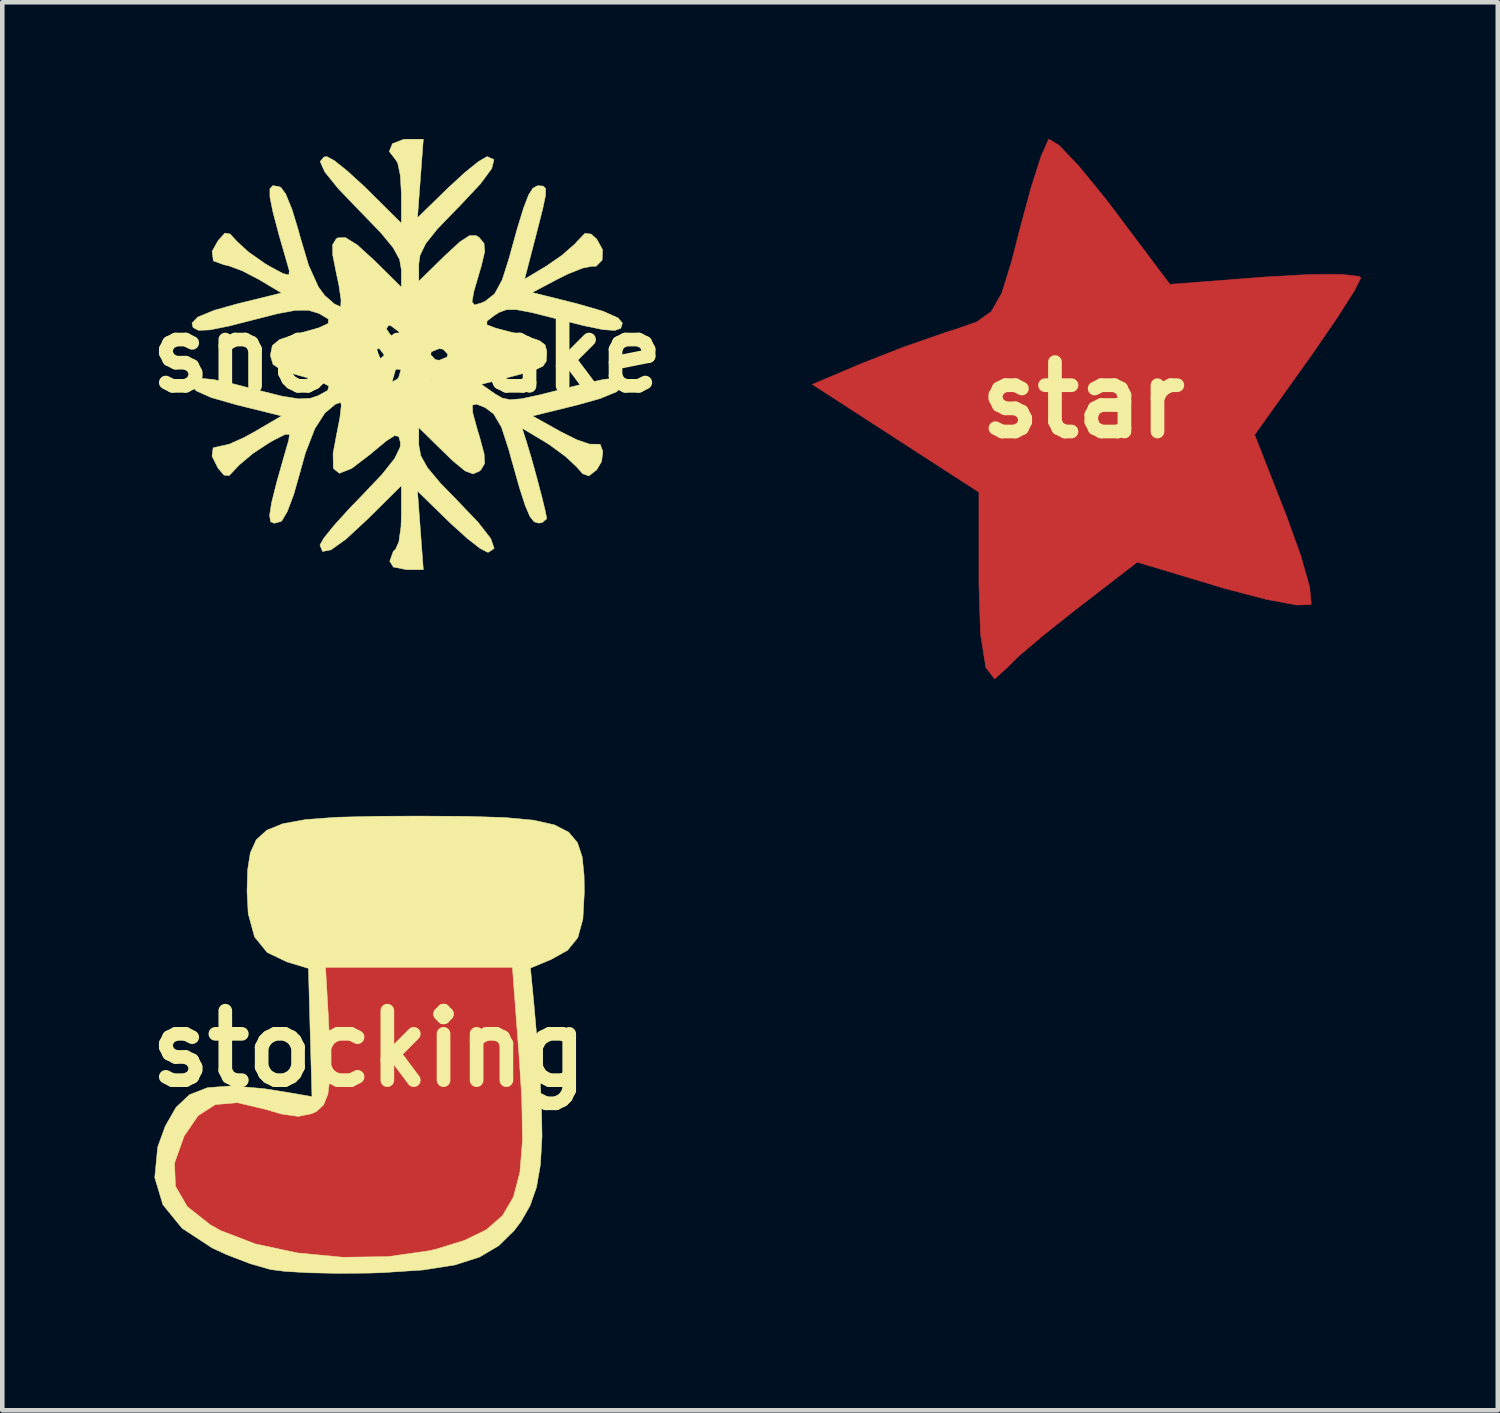
<source format=kicad_pcb>
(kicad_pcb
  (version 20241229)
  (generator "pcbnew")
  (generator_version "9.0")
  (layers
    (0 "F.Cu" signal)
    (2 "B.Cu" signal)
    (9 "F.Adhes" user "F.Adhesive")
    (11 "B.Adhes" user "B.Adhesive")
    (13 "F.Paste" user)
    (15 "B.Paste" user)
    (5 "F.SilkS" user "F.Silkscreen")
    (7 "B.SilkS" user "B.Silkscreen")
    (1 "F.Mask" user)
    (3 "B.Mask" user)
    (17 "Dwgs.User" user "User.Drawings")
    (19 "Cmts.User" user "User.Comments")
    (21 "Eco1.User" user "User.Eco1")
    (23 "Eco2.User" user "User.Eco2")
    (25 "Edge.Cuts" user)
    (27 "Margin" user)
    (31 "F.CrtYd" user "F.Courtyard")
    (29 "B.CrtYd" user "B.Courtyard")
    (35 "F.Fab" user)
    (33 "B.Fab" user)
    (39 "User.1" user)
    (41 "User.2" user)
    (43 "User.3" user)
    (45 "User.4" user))
  (footprint "stocking"
    (layer "F.Cu")
    (at 5.051 19.965)
    (property "Reference" "stocking" (at 0 0 0) (layer "F.SilkS") (effects (font (size 1.524 1.524) (thickness 0.3))))
    (attr through_hole)
    (fp_poly (pts (xy 3.558 0.032) (xy 3.623 1.059) (xy 3.649 1.87) (xy 3.629 2.501) (xy 3.558 2.99) (xy 3.43 3.372) (xy 3.24 3.684) (xy 2.98 3.964) (xy 2.936 4.006) (xy 2.54 4.303) (xy 2.116 4.538) (xy 1.956 4.599) (xy 1.487 4.693) (xy 0.84 4.759) (xy 0.09 4.794) (xy -0.689 4.798) (xy -1.42 4.77) (xy -2.029 4.708) (xy -2.25 4.667) (xy -2.963 4.471) (xy -3.498 4.233) (xy -3.932 3.91) (xy -4.193 3.64) (xy -4.49 3.21) (xy -4.594 2.788) (xy -4.595 2.727) (xy -4.49 2.113) (xy -4.208 1.534) (xy -3.846 1.135) (xy -3.705 1.029) (xy -3.568 0.96) (xy -3.388 0.928) (xy -3.12 0.932) (xy -2.716 0.972) (xy -2.129 1.045) (xy -1.742 1.095) (xy -1.122 1.177) (xy -1.167 -0.426) (xy -1.184 -1.091) (xy -1.185 -1.545) (xy -1.166 -1.83) (xy -1.12 -1.989) (xy -1.043 -2.066) (xy -0.957 -2.098) (xy -0.746 -2.121) (xy -0.33 -2.142) (xy 0.242 -2.157) (xy 0.918 -2.166) (xy 1.348 -2.168) (xy 3.398 -2.17) (xy 3.558 0.032)) (stroke (width 0.01) (type solid)) (fill yes) (layer "F.Cu"))
    (fp_poly (pts (xy 3.558 0.032) (xy 3.623 1.059) (xy 3.649 1.87) (xy 3.629 2.501) (xy 3.558 2.99) (xy 3.43 3.372) (xy 3.24 3.684) (xy 2.98 3.964) (xy 2.936 4.006) (xy 2.54 4.303) (xy 2.116 4.538) (xy 1.956 4.599) (xy 1.487 4.693) (xy 0.84 4.759) (xy 0.09 4.794) (xy -0.689 4.798) (xy -1.42 4.77) (xy -2.029 4.708) (xy -2.25 4.667) (xy -2.963 4.471) (xy -3.498 4.233) (xy -3.932 3.91) (xy -4.193 3.64) (xy -4.49 3.21) (xy -4.594 2.788) (xy -4.595 2.727) (xy -4.49 2.113) (xy -4.208 1.534) (xy -3.846 1.135) (xy -3.705 1.029) (xy -3.568 0.96) (xy -3.388 0.928) (xy -3.12 0.932) (xy -2.716 0.972) (xy -2.129 1.045) (xy -1.742 1.095) (xy -1.122 1.177) (xy -1.167 -0.426) (xy -1.184 -1.091) (xy -1.185 -1.545) (xy -1.166 -1.83) (xy -1.12 -1.989) (xy -1.043 -2.066) (xy -0.957 -2.098) (xy -0.746 -2.121) (xy -0.33 -2.142) (xy 0.242 -2.157) (xy 0.918 -2.166) (xy 1.348 -2.168) (xy 3.398 -2.17) (xy 3.558 0.032)) (stroke (width 0.01) (type solid)) (fill yes) (layer "F.Mask"))
    (fp_poly (pts (xy 2.146 -5.1) (xy 2.977 -5.074) (xy 3.607 -5.016) (xy 4.065 -4.913) (xy 4.378 -4.753) (xy 4.572 -4.523) (xy 4.676 -4.21) (xy 4.717 -3.803) (xy 4.723 -3.446) (xy 4.691 -2.846) (xy 4.579 -2.437) (xy 4.356 -2.161) (xy 3.994 -1.959) (xy 3.994 -1.959) (xy 3.54 -1.77) (xy 3.616 -0.98) (xy 3.72 0.198) (xy 3.78 1.156) (xy 3.794 1.928) (xy 3.759 2.545) (xy 3.673 3.04) (xy 3.531 3.445) (xy 3.332 3.794) (xy 3.184 3.989) (xy 2.843 4.324) (xy 2.423 4.572) (xy 1.885 4.745) (xy 1.186 4.855) (xy 0.286 4.915) (xy 0 4.924) (xy -0.674 4.93) (xy -1.312 4.917) (xy -1.839 4.887) (xy -2.167 4.845) (xy -2.611 4.717) (xy -3.132 4.517) (xy -3.444 4.373) (xy -4.105 3.94) (xy -4.526 3.424) (xy -4.705 2.829) (xy -4.674 2.508) (xy -4.271 2.508) (xy -4.25 3.019) (xy -3.99 3.466) (xy -3.484 3.865) (xy -3.255 3.992) (xy -2.495 4.284) (xy -1.575 4.481) (xy -0.578 4.576) (xy 0.417 4.562) (xy 1.329 4.432) (xy 1.473 4.397) (xy 2.092 4.206) (xy 2.572 3.972) (xy 2.926 3.664) (xy 3.167 3.253) (xy 3.309 2.707) (xy 3.366 1.996) (xy 3.349 1.089) (xy 3.295 0.223) (xy 3.144 -1.787) (xy 1.093 -1.787) (xy -0.957 -1.787) (xy -0.893 -0.67) (xy -0.858 0.086) (xy -0.86 0.629) (xy -0.905 0.997) (xy -1 1.233) (xy -1.153 1.375) (xy -1.259 1.425) (xy -1.555 1.485) (xy -1.926 1.433) (xy -2.262 1.333) (xy -2.892 1.184) (xy -3.376 1.226) (xy -3.754 1.469) (xy -4.059 1.916) (xy -4.271 2.508) (xy -4.674 2.508) (xy -4.641 2.159) (xy -4.475 1.7) (xy -4.238 1.287) (xy -3.943 1.009) (xy -3.548 0.855) (xy -3.017 0.814) (xy -2.309 0.876) (xy -1.744 0.966) (xy -1.255 1.051) (xy -1.294 -0.356) (xy -1.332 -1.763) (xy -1.801 -1.904) (xy -2.238 -2.113) (xy -2.515 -2.454) (xy -2.654 -2.964) (xy -2.68 -3.45) (xy -2.667 -3.925) (xy -2.608 -4.299) (xy -2.478 -4.585) (xy -2.248 -4.795) (xy -1.893 -4.939) (xy -1.385 -5.031) (xy -0.697 -5.081) (xy 0.197 -5.102) (xy 1.087 -5.106) (xy 2.146 -5.1)) (stroke (width 0.01) (type solid)) (fill yes) (layer "F.SilkS")))
  (footprint "star"
    (layer "F.Cu")
    (at 20.719 5.73)
    (property "Reference" "star" (at 0 0 0) (layer "F.SilkS") (effects (font (size 1.524 1.524) (thickness 0.3))))
    (attr through_hole)
    (fp_poly (pts (xy -0.523 -5.588) (xy -0.087 -5.128) (xy 0.481 -4.433) (xy 0.668 -4.188) (xy 1.905 -2.541) (xy 4 -2.702) (xy 4.958 -2.756) (xy 5.686 -2.759) (xy 6.067 -2.712) (xy 6.096 -2.684) (xy 5.958 -2.406) (xy 5.592 -1.83) (xy 5.07 -1.068) (xy 4.931 -0.871) (xy 3.765 0.762) (xy 4.463 2.542) (xy 4.778 3.416) (xy 4.971 4.099) (xy 5.008 4.465) (xy 4.996 4.487) (xy 4.69 4.498) (xy 4.034 4.377) (xy 3.16 4.149) (xy 3.01 4.105) (xy 1.188 3.557) (xy -0.176 4.609) (xy -0.886 5.173) (xy -1.425 5.631) (xy -1.674 5.879) (xy -1.941 6.12) (xy -2.135 5.869) (xy -2.251 5.137) (xy -2.286 4.059) (xy -2.286 2.022) (xy -4.114 0.839) (xy -5.942 -0.344) (xy -4.874 -0.797) (xy -3.95 -1.16) (xy -3.014 -1.486) (xy -2.836 -1.541) (xy -2.34 -1.713) (xy -2.015 -1.943) (xy -1.783 -2.351) (xy -1.565 -3.056) (xy -1.395 -3.723) (xy -1.149 -4.639) (xy -0.925 -5.342) (xy -0.766 -5.705) (xy -0.746 -5.725) (xy -0.523 -5.588)) (stroke (width 0.01) (type solid)) (fill yes) (layer "F.Cu"))
    (fp_poly (pts (xy -0.523 -5.588) (xy -0.087 -5.128) (xy 0.481 -4.433) (xy 0.668 -4.188) (xy 1.905 -2.541) (xy 4 -2.702) (xy 4.958 -2.756) (xy 5.686 -2.759) (xy 6.067 -2.712) (xy 6.096 -2.684) (xy 5.958 -2.406) (xy 5.592 -1.83) (xy 5.07 -1.068) (xy 4.931 -0.871) (xy 3.765 0.762) (xy 4.463 2.542) (xy 4.778 3.416) (xy 4.971 4.099) (xy 5.008 4.465) (xy 4.996 4.487) (xy 4.69 4.498) (xy 4.034 4.377) (xy 3.16 4.149) (xy 3.01 4.105) (xy 1.188 3.557) (xy -0.176 4.609) (xy -0.886 5.173) (xy -1.425 5.631) (xy -1.674 5.879) (xy -1.941 6.12) (xy -2.135 5.869) (xy -2.251 5.137) (xy -2.286 4.059) (xy -2.286 2.022) (xy -4.114 0.839) (xy -5.942 -0.344) (xy -4.874 -0.797) (xy -3.95 -1.16) (xy -3.014 -1.486) (xy -2.836 -1.541) (xy -2.34 -1.713) (xy -2.015 -1.943) (xy -1.783 -2.351) (xy -1.565 -3.056) (xy -1.395 -3.723) (xy -1.149 -4.639) (xy -0.925 -5.342) (xy -0.766 -5.705) (xy -0.746 -5.725) (xy -0.523 -5.588)) (stroke (width 0.01) (type solid)) (fill yes) (layer "F.Mask")))
  (footprint "snowflake"
    (layer "F.Cu")
    (at 5.886 4.728)
    (property "Reference" "snowflake" (at 0 0 0) (layer "F.SilkS") (effects (font (size 1.524 1.524) (thickness 0.3))))
    (attr through_hole)
    (fp_poly (pts (xy 0.29 -3.861) (xy 0.226 -2.999) (xy 0.915 -3.67) (xy 1.267 -3.993) (xy 1.562 -4.231) (xy 1.745 -4.338) (xy 1.759 -4.34) (xy 1.905 -4.275) (xy 1.855 -4.079) (xy 1.607 -3.743) (xy 1.158 -3.264) (xy 1.085 -3.191) (xy 0.663 -2.754) (xy 0.406 -2.431) (xy 0.282 -2.175) (xy 0.255 -1.987) (xy 0.255 -1.606) (xy 0.824 -2.164) (xy 1.153 -2.468) (xy 1.366 -2.607) (xy 1.516 -2.607) (xy 1.581 -2.565) (xy 1.686 -2.438) (xy 1.701 -2.254) (xy 1.625 -1.934) (xy 1.588 -1.81) (xy 1.463 -1.382) (xy 1.423 -1.154) (xy 1.477 -1.085) (xy 1.631 -1.131) (xy 1.71 -1.166) (xy 1.918 -1.329) (xy 2.086 -1.638) (xy 2.229 -2.089) (xy 2.414 -2.756) (xy 2.554 -3.213) (xy 2.663 -3.498) (xy 2.757 -3.647) (xy 2.852 -3.699) (xy 2.882 -3.702) (xy 2.987 -3.694) (xy 3.039 -3.639) (xy 3.036 -3.49) (xy 2.975 -3.198) (xy 2.853 -2.718) (xy 2.818 -2.582) (xy 2.577 -1.653) (xy 3.043 -1.932) (xy 3.397 -2.176) (xy 3.684 -2.428) (xy 3.727 -2.477) (xy 3.901 -2.657) (xy 4.036 -2.642) (xy 4.16 -2.531) (xy 4.288 -2.299) (xy 4.278 -2.069) (xy 4.148 -1.936) (xy 4.054 -1.934) (xy 3.855 -1.896) (xy 3.526 -1.765) (xy 3.319 -1.662) (xy 2.744 -1.359) (xy 3.733 -1.112) (xy 4.294 -0.95) (xy 4.628 -0.801) (xy 4.723 -0.688) (xy 4.688 -0.574) (xy 4.559 -0.526) (xy 4.298 -0.544) (xy 3.868 -0.633) (xy 3.26 -0.786) (xy 2.74 -0.918) (xy 2.402 -0.982) (xy 2.182 -0.983) (xy 2.018 -0.923) (xy 1.918 -0.859) (xy 1.752 -0.732) (xy 1.748 -0.652) (xy 1.937 -0.579) (xy 2.186 -0.513) (xy 2.643 -0.392) (xy 2.905 -0.301) (xy 3.026 -0.209) (xy 3.061 -0.083) (xy 3.063 0) (xy 3.051 0.153) (xy 2.979 0.258) (xy 2.792 0.346) (xy 2.438 0.448) (xy 2.186 0.513) (xy 1.628 0.656) (xy 1.922 0.862) (xy 2.082 0.956) (xy 2.257 0.994) (xy 2.51 0.973) (xy 2.901 0.889) (xy 3.31 0.786) (xy 3.92 0.633) (xy 4.325 0.546) (xy 4.567 0.523) (xy 4.685 0.56) (xy 4.722 0.655) (xy 4.723 0.688) (xy 4.598 0.819) (xy 4.233 0.969) (xy 3.737 1.108) (xy 2.752 1.351) (xy 3.368 1.695) (xy 3.727 1.874) (xy 4 1.968) (xy 4.099 1.969) (xy 4.235 1.971) (xy 4.294 2.129) (xy 4.266 2.351) (xy 4.16 2.531) (xy 3.988 2.667) (xy 3.852 2.619) (xy 3.727 2.477) (xy 3.479 2.243) (xy 3.127 1.985) (xy 3.017 1.915) (xy 2.523 1.62) (xy 2.621 1.927) (xy 2.726 2.276) (xy 2.843 2.7) (xy 2.953 3.118) (xy 3.033 3.448) (xy 3.062 3.606) (xy 2.96 3.692) (xy 2.882 3.702) (xy 2.784 3.671) (xy 2.692 3.554) (xy 2.589 3.314) (xy 2.46 2.912) (xy 2.29 2.31) (xy 2.229 2.089) (xy 2.07 1.599) (xy 1.899 1.307) (xy 1.71 1.166) (xy 1.519 1.09) (xy 1.431 1.114) (xy 1.439 1.282) (xy 1.535 1.635) (xy 1.588 1.81) (xy 1.689 2.183) (xy 1.699 2.396) (xy 1.619 2.531) (xy 1.581 2.565) (xy 1.444 2.623) (xy 1.268 2.555) (xy 1.001 2.335) (xy 0.824 2.164) (xy 0.255 1.606) (xy 0.255 1.987) (xy 0.298 2.223) (xy 0.446 2.488) (xy 0.733 2.83) (xy 1.085 3.191) (xy 1.561 3.69) (xy 1.835 4.043) (xy 1.909 4.258) (xy 1.789 4.339) (xy 1.759 4.34) (xy 1.598 4.256) (xy 1.315 4.035) (xy 0.968 3.721) (xy 0.915 3.67) (xy 0.226 2.999) (xy 0.29 3.861) (xy 0.354 4.723) (xy -0.015 4.723) (xy -0.304 4.666) (xy -0.383 4.539) (xy -0.305 4.321) (xy -0.255 4.276) (xy -0.183 4.113) (xy -0.136 3.783) (xy -0.128 3.538) (xy -0.128 2.88) (xy -0.865 3.61) (xy -1.339 4.05) (xy -1.669 4.287) (xy -1.858 4.325) (xy -1.915 4.183) (xy -1.829 4.031) (xy -1.6 3.748) (xy -1.265 3.379) (xy -1.01 3.116) (xy -0.552 2.633) (xy -0.273 2.281) (xy -0.154 2.033) (xy -0.148 1.933) (xy -0.187 1.799) (xy -0.276 1.782) (xy -0.459 1.899) (xy -0.784 2.168) (xy -0.806 2.188) (xy -1.219 2.503) (xy -1.488 2.609) (xy -1.621 2.502) (xy -1.627 2.175) (xy -1.552 1.771) (xy -1.477 1.391) (xy -1.447 1.126) (xy -1.458 1.052) (xy -1.576 1.093) (xy -1.786 1.269) (xy -1.812 1.295) (xy -2.026 1.627) (xy -2.234 2.164) (xy -2.355 2.598) (xy -2.49 3.074) (xy -2.63 3.446) (xy -2.749 3.649) (xy -2.774 3.667) (xy -2.916 3.706) (xy -2.999 3.67) (xy -3.019 3.529) (xy -2.975 3.249) (xy -2.862 2.8) (xy -2.678 2.15) (xy -2.6 1.882) (xy -2.584 1.757) (xy -2.675 1.754) (xy -2.921 1.878) (xy -3.023 1.935) (xy -3.385 2.173) (xy -3.682 2.422) (xy -3.735 2.478) (xy -3.907 2.659) (xy -4.022 2.648) (xy -4.152 2.494) (xy -4.283 2.233) (xy -4.259 2.05) (xy -4.095 2.012) (xy -3.908 1.971) (xy -3.589 1.828) (xy -3.351 1.698) (xy -2.757 1.35) (xy -3.74 1.107) (xy -4.299 0.947) (xy -4.631 0.799) (xy -4.723 0.688) (xy -4.683 0.571) (xy -4.539 0.524) (xy -4.254 0.55) (xy -3.791 0.651) (xy -3.286 0.782) (xy -2.744 0.917) (xy -2.377 0.975) (xy -2.119 0.961) (xy -1.953 0.905) (xy -1.744 0.789) (xy -1.719 0.694) (xy -1.888 0.604) (xy -0.463 0.604) (xy -0.406 0.638) (xy -0.219 0.544) (xy -0.187 0.503) (xy 0.255 0.503) (xy 0.348 0.633) (xy 0.383 0.638) (xy 0.507 0.595) (xy 0.511 0.582) (xy 0.421 0.473) (xy 0.383 0.447) (xy 0.265 0.457) (xy 0.255 0.503) (xy -0.187 0.503) (xy -0.186 0.502) (xy -0.138 0.336) (xy -0.237 0.322) (xy -0.38 0.444) (xy -0.463 0.604) (xy -1.888 0.604) (xy -1.9 0.598) (xy -2.308 0.479) (xy -2.382 0.46) (xy -2.759 0.345) (xy -2.944 0.219) (xy -2.999 0.039) (xy -2.999 0) (xy -0.766 0) (xy -0.669 0.124) (xy -0.638 0.128) (xy -0.514 0.031) (xy -0.511 0) (xy 0.511 0) (xy 0.614 0.113) (xy 0.702 0.128) (xy 0.872 0.059) (xy 0.893 0) (xy 0.79 -0.113) (xy 0.702 -0.128) (xy 0.532 -0.059) (xy 0.511 0) (xy -0.511 0) (xy -0.608 -0.124) (xy -0.638 -0.128) (xy -0.762 -0.031) (xy -0.766 0) (xy -2.999 0) (xy -2.96 -0.194) (xy -2.801 -0.326) (xy -2.461 -0.439) (xy -2.382 -0.46) (xy -2.006 -0.565) (xy -0.458 -0.565) (xy -0.38 -0.444) (xy -0.214 -0.313) (xy -0.134 -0.353) (xy -0.186 -0.502) (xy -0.198 -0.511) (xy 0.255 -0.511) (xy 0.299 -0.386) (xy 0.312 -0.383) (xy 0.421 -0.472) (xy 0.447 -0.511) (xy 0.437 -0.628) (xy 0.39 -0.638) (xy 0.26 -0.546) (xy 0.255 -0.511) (xy -0.198 -0.511) (xy -0.36 -0.631) (xy -0.406 -0.638) (xy -0.458 -0.565) (xy -2.006 -0.565) (xy -1.942 -0.583) (xy -1.731 -0.681) (xy -1.729 -0.775) (xy -1.914 -0.887) (xy -1.953 -0.905) (xy -2.172 -0.97) (xy -2.449 -0.968) (xy -2.851 -0.893) (xy -3.286 -0.782) (xy -3.912 -0.622) (xy -4.332 -0.538) (xy -4.582 -0.528) (xy -4.699 -0.591) (xy -4.723 -0.688) (xy -4.598 -0.819) (xy -4.233 -0.969) (xy -3.74 -1.107) (xy -2.758 -1.349) (xy -3.262 -1.649) (xy -3.622 -1.836) (xy -3.93 -1.95) (xy -4.01 -1.964) (xy -4.254 -2.053) (xy -4.281 -2.264) (xy -4.152 -2.494) (xy -4.002 -2.663) (xy -3.885 -2.643) (xy -3.735 -2.478) (xy -3.479 -2.245) (xy -3.121 -1.994) (xy -3.023 -1.935) (xy -2.725 -1.775) (xy -2.597 -1.744) (xy -2.588 -1.836) (xy -2.6 -1.882) (xy -2.809 -2.607) (xy -2.945 -3.12) (xy -3.012 -3.452) (xy -3.013 -3.636) (xy -2.95 -3.704) (xy -2.828 -3.686) (xy -2.774 -3.667) (xy -2.665 -3.519) (xy -2.529 -3.186) (xy -2.39 -2.732) (xy -2.355 -2.598) (xy -2.163 -1.955) (xy -1.95 -1.485) (xy -1.812 -1.295) (xy -1.596 -1.107) (xy -1.464 -1.048) (xy -1.458 -1.052) (xy -1.452 -1.199) (xy -1.498 -1.512) (xy -1.554 -1.777) (xy -1.634 -2.18) (xy -1.637 -2.409) (xy -1.56 -2.533) (xy -1.524 -2.558) (xy -1.356 -2.565) (xy -1.099 -2.406) (xy -0.734 -2.074) (xy -0.128 -1.477) (xy -0.128 -1.859) (xy -0.167 -2.085) (xy -0.307 -2.34) (xy -0.578 -2.67) (xy -1.012 -3.118) (xy -1.021 -3.127) (xy -1.513 -3.639) (xy -1.808 -4.005) (xy -1.91 -4.234) (xy -1.825 -4.334) (xy -1.759 -4.34) (xy -1.601 -4.255) (xy -1.319 -4.03) (xy -0.967 -3.709) (xy -0.865 -3.61) (xy -0.128 -2.88) (xy -0.128 -3.538) (xy -0.151 -3.928) (xy -0.209 -4.202) (xy -0.255 -4.276) (xy -0.394 -4.454) (xy -0.324 -4.625) (xy -0.082 -4.719) (xy -0.015 -4.723) (xy 0.354 -4.723) (xy 0.29 -3.861)) (stroke (width 0.01) (type solid)) (fill yes) (layer "F.SilkS")))
  (gr_rect
    (start -3 -3)
    (end 29.82 27.9)
    (stroke (width 0.1) (type default))
    (fill no)
    (layer "Edge.Cuts")))
</source>
